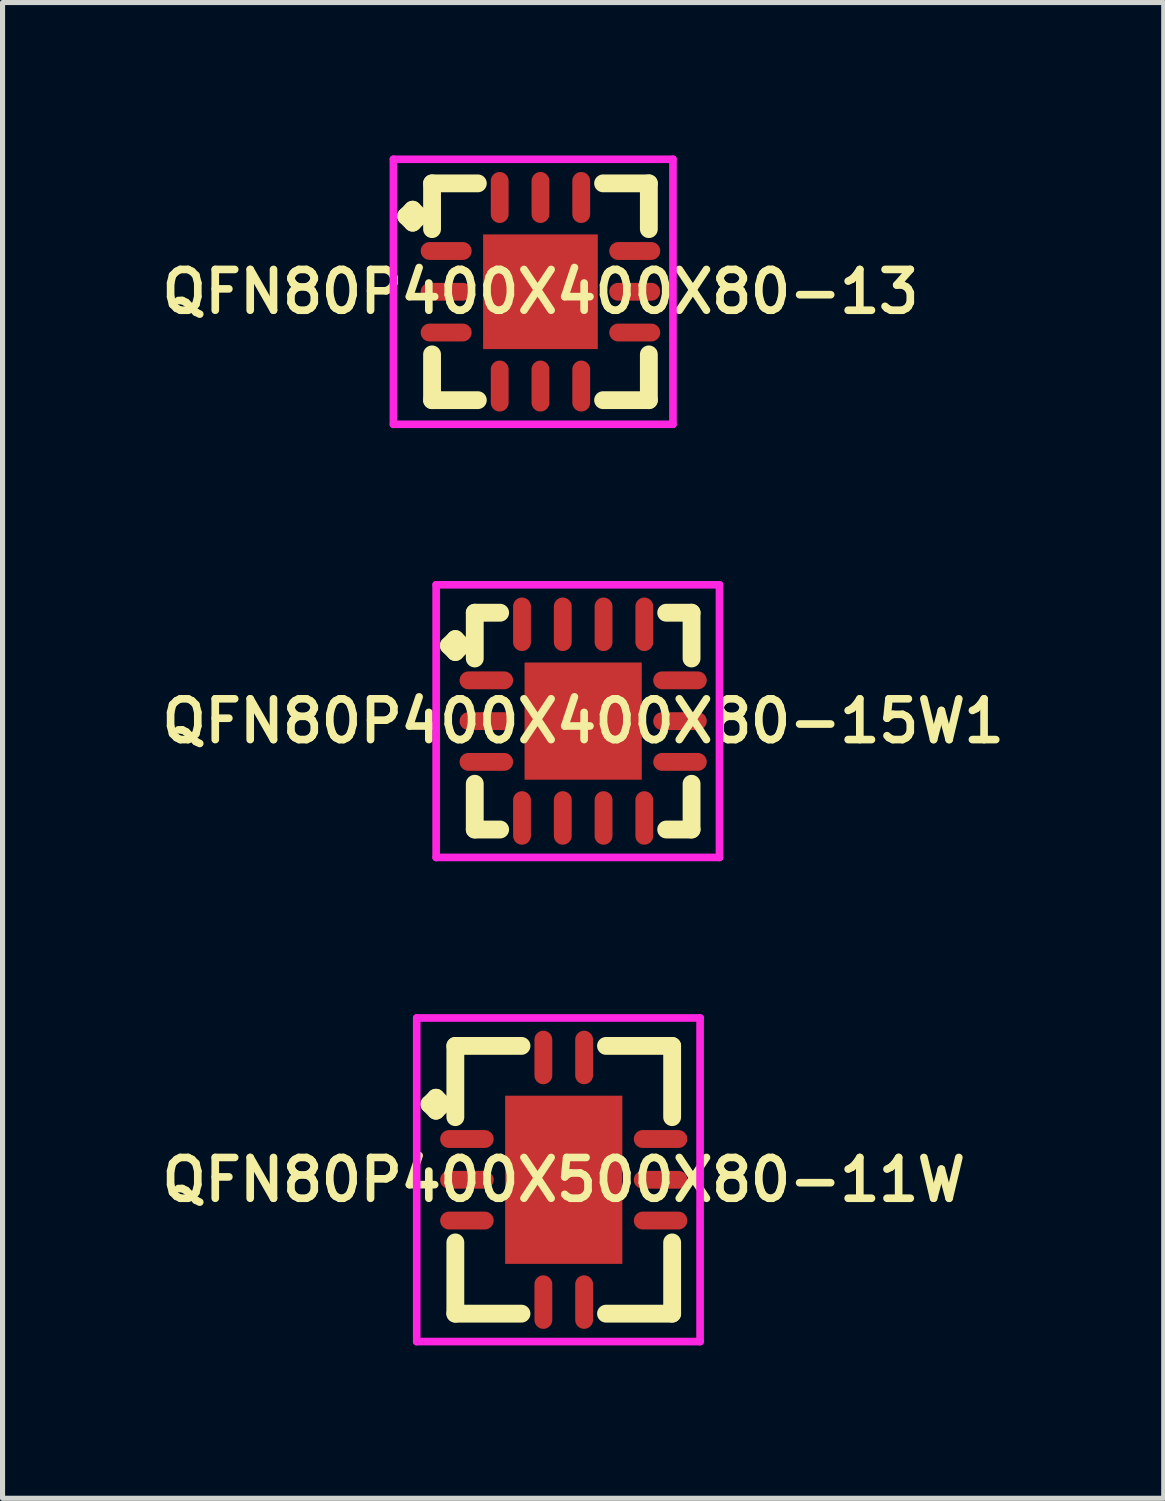
<source format=kicad_pcb>
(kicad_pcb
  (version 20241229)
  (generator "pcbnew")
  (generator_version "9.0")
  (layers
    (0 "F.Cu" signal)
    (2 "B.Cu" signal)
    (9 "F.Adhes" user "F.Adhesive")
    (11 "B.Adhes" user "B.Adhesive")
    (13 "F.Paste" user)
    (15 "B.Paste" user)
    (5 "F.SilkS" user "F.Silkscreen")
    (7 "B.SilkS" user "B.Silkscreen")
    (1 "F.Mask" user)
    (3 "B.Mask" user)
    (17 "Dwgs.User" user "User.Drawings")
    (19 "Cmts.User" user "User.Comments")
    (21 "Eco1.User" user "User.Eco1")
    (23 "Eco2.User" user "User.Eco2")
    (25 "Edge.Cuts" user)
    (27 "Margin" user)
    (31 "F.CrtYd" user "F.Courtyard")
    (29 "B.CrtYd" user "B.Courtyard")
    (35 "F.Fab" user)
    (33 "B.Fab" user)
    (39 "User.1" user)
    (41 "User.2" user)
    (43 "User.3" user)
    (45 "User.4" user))
  (footprint "QFN80P400X500X80-11W"
    (layer "F.Cu")
    (at 8.012 20.1)
    (property "Reference" "QFN80P400X500X80-11W" (at 0 0 0) (layer "F.SilkS") (effects (font (size 0.8 0.8) (thickness 0.15))))
    (attr smd)
    (fp_line (start -2.635 -1.483) (end -2.508 -1.61) (stroke (width 0.35) (type solid)) (layer "F.SilkS"))
    (fp_line (start -2.508 -1.61) (end -2.381 -1.483) (stroke (width 0.35) (type solid)) (layer "F.SilkS"))
    (fp_line (start -2.508 -1.356) (end -2.635 -1.483) (stroke (width 0.35) (type solid)) (layer "F.SilkS"))
    (fp_line (start -2.381 -1.483) (end -2.508 -1.356) (stroke (width 0.35) (type solid)) (layer "F.SilkS"))
    (fp_line (start -2.127 -2.627) (end -0.829 -2.627) (stroke (width 0.35) (type solid)) (layer "F.SilkS"))
    (fp_line (start -2.127 -1.229) (end -2.127 -2.627) (stroke (width 0.35) (type solid)) (layer "F.SilkS"))
    (fp_line (start -2.127 1.229) (end -2.127 2.627) (stroke (width 0.35) (type solid)) (layer "F.SilkS"))
    (fp_line (start -2.127 2.627) (end -0.829 2.627) (stroke (width 0.35) (type solid)) (layer "F.SilkS"))
    (fp_line (start 0.829 -2.627) (end 2.127 -2.627) (stroke (width 0.35) (type solid)) (layer "F.SilkS"))
    (fp_line (start 0.829 2.627) (end 2.127 2.627) (stroke (width 0.35) (type solid)) (layer "F.SilkS"))
    (fp_line (start 2.127 -2.627) (end 2.127 -1.229) (stroke (width 0.35) (type solid)) (layer "F.SilkS"))
    (fp_line (start 2.127 2.627) (end 2.127 1.229) (stroke (width 0.35) (type solid)) (layer "F.SilkS"))
    (fp_line (start -2.885 -3.175) (end 2.675 -3.175) (stroke (width 0.15) (type solid)) (layer "F.CrtYd"))
    (fp_line (start -2.885 3.175) (end -2.885 -3.175) (stroke (width 0.15) (type solid)) (layer "F.CrtYd"))
    (fp_line (start 2.675 -3.175) (end 2.675 3.175) (stroke (width 0.15) (type solid)) (layer "F.CrtYd"))
    (fp_line (start 2.675 3.175) (end -2.885 3.175) (stroke (width 0.15) (type solid)) (layer "F.CrtYd"))
    (pad "1" smd oval (at -1.9 -0.8) (size 1.05 0.35) (layers "F.Cu" "F.Mask" "F.Paste"))
    (pad "2" smd oval (at -1.9 0) (size 1.05 0.35) (layers "F.Cu" "F.Mask" "F.Paste"))
    (pad "3" smd oval (at -1.9 0.8) (size 1.05 0.35) (layers "F.Cu" "F.Mask" "F.Paste"))
    (pad "4" smd oval (at -0.4 2.4) (size 0.35 1.05) (layers "F.Cu" "F.Mask" "F.Paste"))
    (pad "5" smd oval (at 0.4 2.4) (size 0.35 1.05) (layers "F.Cu" "F.Mask" "F.Paste"))
    (pad "6" smd oval (at 1.9 0.8) (size 1.05 0.35) (layers "F.Cu" "F.Mask" "F.Paste"))
    (pad "7" smd oval (at 1.9 0) (size 1.05 0.35) (layers "F.Cu" "F.Mask" "F.Paste"))
    (pad "8" smd oval (at 1.9 -0.8) (size 1.05 0.35) (layers "F.Cu" "F.Mask" "F.Paste"))
    (pad "9" smd oval (at 0.4 -2.4) (size 0.35 1.05) (layers "F.Cu" "F.Mask" "F.Paste"))
    (pad "10" smd oval (at -0.4 -2.4) (size 0.35 1.05) (layers "F.Cu" "F.Mask" "F.Paste"))
    (pad "11" smd rect (at 0 0) (size 2.3 3.3) (layers "F.Cu" "F.Mask" "F.Paste")))
  (footprint "QFN80P400X400X80-13"
    (layer "F.Cu")
    (at 7.555 2.675)
    (property "Reference" "QFN80P400X400X80-13" (at 0 0 0) (layer "F.SilkS") (effects (font (size 0.8 0.8) (thickness 0.15))))
    (attr smd)
    (fp_line (start -2.635 -1.483) (end -2.508 -1.61) (stroke (width 0.35) (type solid)) (layer "F.SilkS"))
    (fp_line (start -2.508 -1.61) (end -2.381 -1.483) (stroke (width 0.35) (type solid)) (layer "F.SilkS"))
    (fp_line (start -2.508 -1.356) (end -2.635 -1.483) (stroke (width 0.35) (type solid)) (layer "F.SilkS"))
    (fp_line (start -2.381 -1.483) (end -2.508 -1.356) (stroke (width 0.35) (type solid)) (layer "F.SilkS"))
    (fp_line (start -2.127 -2.127) (end -1.229 -2.127) (stroke (width 0.35) (type solid)) (layer "F.SilkS"))
    (fp_line (start -2.127 -1.229) (end -2.127 -2.127) (stroke (width 0.35) (type solid)) (layer "F.SilkS"))
    (fp_line (start -2.127 1.229) (end -2.127 2.127) (stroke (width 0.35) (type solid)) (layer "F.SilkS"))
    (fp_line (start -2.127 2.127) (end -1.229 2.127) (stroke (width 0.35) (type solid)) (layer "F.SilkS"))
    (fp_line (start 1.229 -2.127) (end 2.127 -2.127) (stroke (width 0.35) (type solid)) (layer "F.SilkS"))
    (fp_line (start 1.229 2.127) (end 2.127 2.127) (stroke (width 0.35) (type solid)) (layer "F.SilkS"))
    (fp_line (start 2.127 -2.127) (end 2.127 -1.229) (stroke (width 0.35) (type solid)) (layer "F.SilkS"))
    (fp_line (start 2.127 2.127) (end 2.127 1.229) (stroke (width 0.35) (type solid)) (layer "F.SilkS"))
    (fp_line (start -2.885 -2.6) (end 2.6 -2.6) (stroke (width 0.15) (type solid)) (layer "F.CrtYd"))
    (fp_line (start -2.885 2.6) (end -2.885 -2.6) (stroke (width 0.15) (type solid)) (layer "F.CrtYd"))
    (fp_line (start 2.6 -2.6) (end 2.6 2.6) (stroke (width 0.15) (type solid)) (layer "F.CrtYd"))
    (fp_line (start 2.6 2.6) (end -2.885 2.6) (stroke (width 0.15) (type solid)) (layer "F.CrtYd"))
    (pad "1" smd oval (at -1.85 -0.8) (size 1 0.35) (layers "F.Cu" "F.Mask" "F.Paste"))
    (pad "2" smd oval (at -1.85 0) (size 1 0.35) (layers "F.Cu" "F.Mask" "F.Paste"))
    (pad "3" smd oval (at -1.85 0.8) (size 1 0.35) (layers "F.Cu" "F.Mask" "F.Paste"))
    (pad "4" smd oval (at -0.8 1.85) (size 0.35 1) (layers "F.Cu" "F.Mask" "F.Paste"))
    (pad "5" smd oval (at 0 1.85) (size 0.35 1) (layers "F.Cu" "F.Mask" "F.Paste"))
    (pad "6" smd oval (at 0.8 1.85) (size 0.35 1) (layers "F.Cu" "F.Mask" "F.Paste"))
    (pad "7" smd oval (at 1.85 0.8) (size 1 0.35) (layers "F.Cu" "F.Mask" "F.Paste"))
    (pad "8" smd oval (at 1.85 0) (size 1 0.35) (layers "F.Cu" "F.Mask" "F.Paste"))
    (pad "9" smd oval (at 1.85 -0.8) (size 1 0.35) (layers "F.Cu" "F.Mask" "F.Paste"))
    (pad "10" smd oval (at 0.8 -1.85) (size 0.35 1) (layers "F.Cu" "F.Mask" "F.Paste"))
    (pad "11" smd oval (at 0 -1.85) (size 0.35 1) (layers "F.Cu" "F.Mask" "F.Paste"))
    (pad "12" smd oval (at -0.8 -1.85) (size 0.35 1) (layers "F.Cu" "F.Mask" "F.Paste"))
    (pad "13" smd rect (at 0 0) (size 2.25 2.25) (layers "F.Cu" "F.Mask" "F.Paste")))
  (footprint "QFN80P400X400X80-15W1"
    (layer "F.Cu")
    (at 8.393 11.1)
    (property "Reference" "QFN80P400X400X80-15W1" (at 0 0 0) (layer "F.SilkS") (effects (font (size 0.8 0.8) (thickness 0.15))))
    (attr smd)
    (fp_line (start -2.635 -1.483) (end -2.508 -1.61) (stroke (width 0.35) (type solid)) (layer "F.SilkS"))
    (fp_line (start -2.508 -1.61) (end -2.381 -1.483) (stroke (width 0.35) (type solid)) (layer "F.SilkS"))
    (fp_line (start -2.508 -1.356) (end -2.635 -1.483) (stroke (width 0.35) (type solid)) (layer "F.SilkS"))
    (fp_line (start -2.381 -1.483) (end -2.508 -1.356) (stroke (width 0.35) (type solid)) (layer "F.SilkS"))
    (fp_line (start -2.127 -2.127) (end -1.629 -2.127) (stroke (width 0.35) (type solid)) (layer "F.SilkS"))
    (fp_line (start -2.127 -1.229) (end -2.127 -2.127) (stroke (width 0.35) (type solid)) (layer "F.SilkS"))
    (fp_line (start -2.127 1.229) (end -2.127 2.127) (stroke (width 0.35) (type solid)) (layer "F.SilkS"))
    (fp_line (start -2.127 2.127) (end -1.629 2.127) (stroke (width 0.35) (type solid)) (layer "F.SilkS"))
    (fp_line (start 1.629 -2.127) (end 2.127 -2.127) (stroke (width 0.35) (type solid)) (layer "F.SilkS"))
    (fp_line (start 1.629 2.127) (end 2.127 2.127) (stroke (width 0.35) (type solid)) (layer "F.SilkS"))
    (fp_line (start 2.127 -2.127) (end 2.127 -1.229) (stroke (width 0.35) (type solid)) (layer "F.SilkS"))
    (fp_line (start 2.127 2.127) (end 2.127 1.229) (stroke (width 0.35) (type solid)) (layer "F.SilkS"))
    (fp_line (start -2.885 -2.675) (end 2.675 -2.675) (stroke (width 0.15) (type solid)) (layer "F.CrtYd"))
    (fp_line (start -2.885 2.675) (end -2.885 -2.675) (stroke (width 0.15) (type solid)) (layer "F.CrtYd"))
    (fp_line (start 2.675 -2.675) (end 2.675 2.675) (stroke (width 0.15) (type solid)) (layer "F.CrtYd"))
    (fp_line (start 2.675 2.675) (end -2.885 2.675) (stroke (width 0.15) (type solid)) (layer "F.CrtYd"))
    (pad "1" smd oval (at -1.9 -0.8) (size 1.05 0.35) (layers "F.Cu" "F.Mask" "F.Paste"))
    (pad "2" smd oval (at -1.9 0) (size 1.05 0.35) (layers "F.Cu" "F.Mask" "F.Paste"))
    (pad "3" smd oval (at -1.9 0.8) (size 1.05 0.35) (layers "F.Cu" "F.Mask" "F.Paste"))
    (pad "4" smd oval (at -1.2 1.9) (size 0.35 1.05) (layers "F.Cu" "F.Mask" "F.Paste"))
    (pad "5" smd oval (at -0.4 1.9) (size 0.35 1.05) (layers "F.Cu" "F.Mask" "F.Paste"))
    (pad "6" smd oval (at 0.4 1.9) (size 0.35 1.05) (layers "F.Cu" "F.Mask" "F.Paste"))
    (pad "7" smd oval (at 1.2 1.9) (size 0.35 1.05) (layers "F.Cu" "F.Mask" "F.Paste"))
    (pad "8" smd oval (at 1.9 0.8) (size 1.05 0.35) (layers "F.Cu" "F.Mask" "F.Paste"))
    (pad "9" smd oval (at 1.9 0) (size 1.05 0.35) (layers "F.Cu" "F.Mask" "F.Paste"))
    (pad "10" smd oval (at 1.9 -0.8) (size 1.05 0.35) (layers "F.Cu" "F.Mask" "F.Paste"))
    (pad "11" smd oval (at 1.2 -1.9) (size 0.35 1.05) (layers "F.Cu" "F.Mask" "F.Paste"))
    (pad "12" smd oval (at 0.4 -1.9) (size 0.35 1.05) (layers "F.Cu" "F.Mask" "F.Paste"))
    (pad "13" smd oval (at -0.4 -1.9) (size 0.35 1.05) (layers "F.Cu" "F.Mask" "F.Paste"))
    (pad "14" smd oval (at -1.2 -1.9) (size 0.35 1.05) (layers "F.Cu" "F.Mask" "F.Paste"))
    (pad "15" smd rect (at 0 0) (size 2.3 2.3) (layers "F.Cu" "F.Mask" "F.Paste")))
  (gr_rect
    (start -3 -3)
    (end 19.785 26.35)
    (stroke (width 0.1) (type default))
    (fill no)
    (layer "Edge.Cuts")))
</source>
